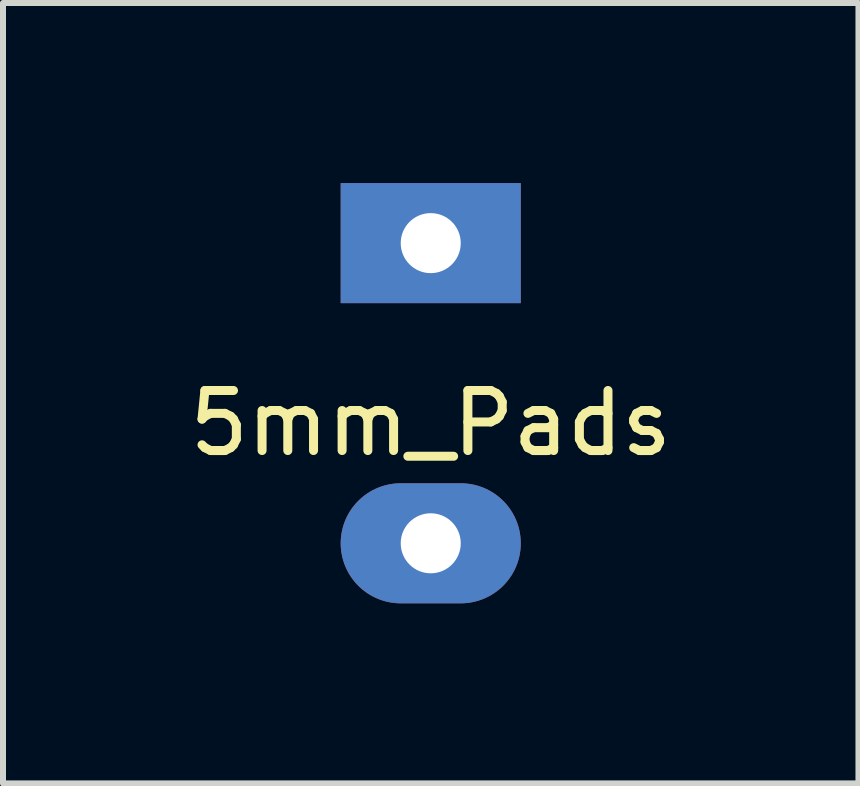
<source format=kicad_pcb>
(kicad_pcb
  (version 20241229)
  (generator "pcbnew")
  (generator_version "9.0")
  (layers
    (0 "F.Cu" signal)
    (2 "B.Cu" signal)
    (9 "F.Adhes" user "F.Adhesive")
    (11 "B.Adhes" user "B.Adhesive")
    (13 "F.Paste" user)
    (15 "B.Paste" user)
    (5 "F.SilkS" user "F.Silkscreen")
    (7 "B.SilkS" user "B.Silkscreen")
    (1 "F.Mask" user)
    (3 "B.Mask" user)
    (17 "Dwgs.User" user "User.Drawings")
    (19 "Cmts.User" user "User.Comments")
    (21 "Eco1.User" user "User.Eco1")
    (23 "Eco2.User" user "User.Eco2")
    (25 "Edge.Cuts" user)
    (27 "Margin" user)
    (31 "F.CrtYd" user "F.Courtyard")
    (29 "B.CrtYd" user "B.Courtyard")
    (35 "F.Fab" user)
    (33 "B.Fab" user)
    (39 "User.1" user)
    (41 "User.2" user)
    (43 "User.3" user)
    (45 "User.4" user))
  (footprint "5mm_Pads"
    (layer "F.Cu")
    (at 5.125 6)
    (property "Reference" "5mm_Pads" (at -1 -2 0) (layer "F.SilkS") (effects (font (size 1 1) (thickness 0.15))))
    (attr through_hole)
    (pad "1" thru_hole rect (at -1 -5) (size 3 2) (drill 1) (layers "*.Cu" "*.Mask"))
    (pad "2" thru_hole oval (at -1 0) (size 3 2) (drill 1) (layers "*.Cu" "*.Mask")))
  (gr_rect
    (start -3 -3)
    (end 11.25 10)
    (stroke (width 0.1) (type default))
    (fill no)
    (layer "Edge.Cuts")))
</source>
